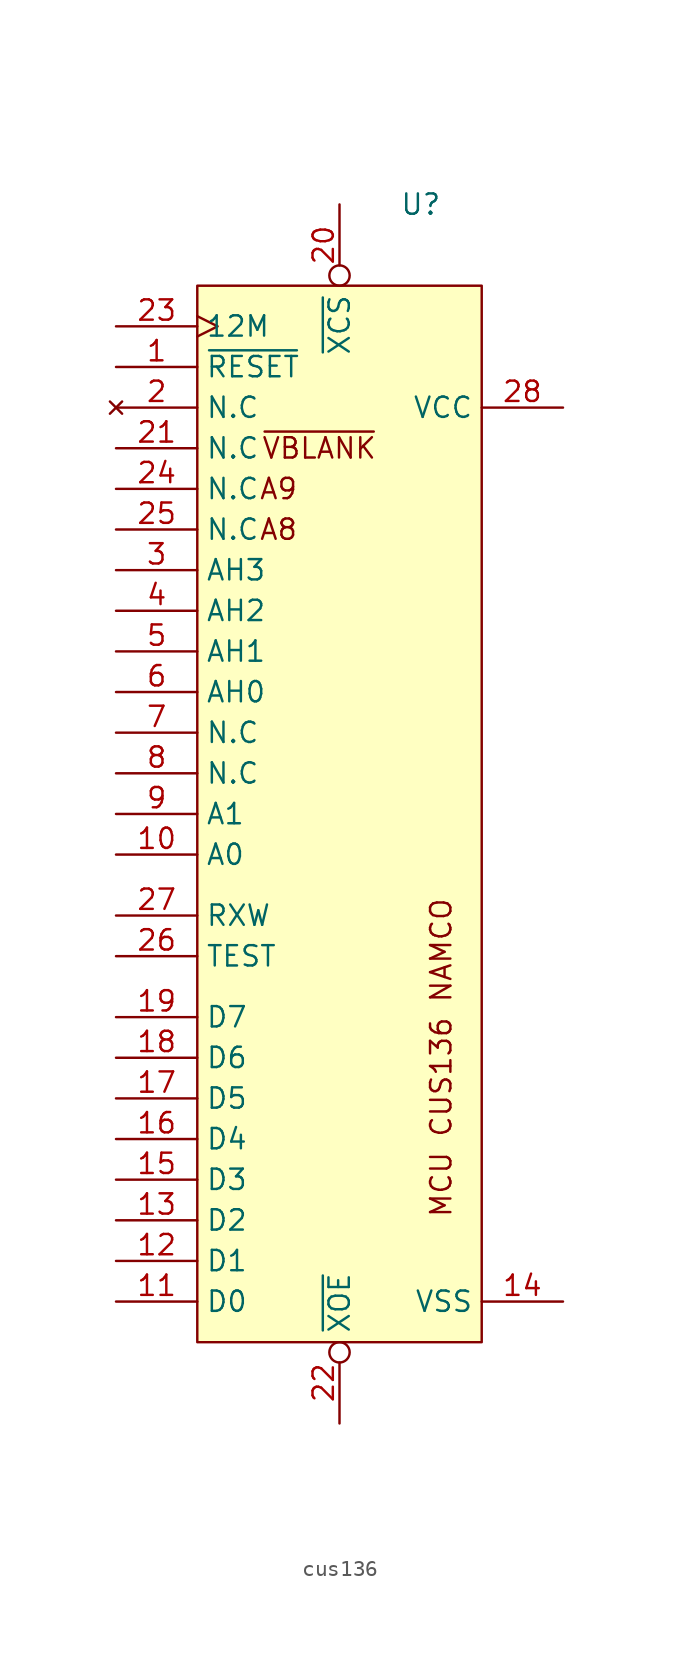
<source format=kicad_sym>
(kicad_symbol_lib
  (version 20220914)
  (generator kicad_symbol_editor)
  (symbol "cus136"
    (property "Reference" "U"
      (at 5.08 33.02 0)
      (effects (font (size 1.27 1.27))))
    (property "Value" ""
      (at 1.27 22.86 0)
      (effects (font (size 1.27 1.27))))
    (symbol "cus136_1_1"
      (rectangle (start -8.89 27.94) (end 8.89 -38.1) (stroke (width 0) (type default)) (fill (type background)))
      (text "A8" (at -3.81 12.7 0) (effects (font (size 1.27 1.27))))
      (text "A9" (at -3.81 15.24 0) (effects (font (size 1.27 1.27))))
      (text "MCU CUS136 NAMCO" (at 6.35 -20.32 900) (effects (font (size 1.27 1.27))))
      (text "~{VBLANK}" (at -1.27 17.78 0) (effects (font (size 1.27 1.27))))
      (pin input line (at -13.97 22.86 0) (length 5.08) (name "~{RESET}" (effects (font (size 1.27 1.27)))) (number "1" (effects (font (size 1.27 1.27)))))
      (pin bidirectional line (at -13.97 -7.62 0) (length 5.08) (name "A0" (effects (font (size 1.27 1.27)))) (number "10" (effects (font (size 1.27 1.27)))))
      (pin bidirectional line (at -13.97 -35.56 0) (length 5.08) (name "D0" (effects (font (size 1.27 1.27)))) (number "11" (effects (font (size 1.27 1.27)))))
      (pin bidirectional line (at -13.97 -33.02 0) (length 5.08) (name "D1" (effects (font (size 1.27 1.27)))) (number "12" (effects (font (size 1.27 1.27)))))
      (pin bidirectional line (at -13.97 -30.48 0) (length 5.08) (name "D2" (effects (font (size 1.27 1.27)))) (number "13" (effects (font (size 1.27 1.27)))))
      (pin power_in line (at 13.97 -35.56 180) (length 5.08) (name "VSS" (effects (font (size 1.27 1.27)))) (number "14" (effects (font (size 1.27 1.27)))))
      (pin bidirectional line (at -13.97 -27.94 0) (length 5.08) (name "D3" (effects (font (size 1.27 1.27)))) (number "15" (effects (font (size 1.27 1.27)))))
      (pin bidirectional line (at -13.97 -25.4 0) (length 5.08) (name "D4" (effects (font (size 1.27 1.27)))) (number "16" (effects (font (size 1.27 1.27)))))
      (pin bidirectional line (at -13.97 -22.86 0) (length 5.08) (name "D5" (effects (font (size 1.27 1.27)))) (number "17" (effects (font (size 1.27 1.27)))))
      (pin bidirectional line (at -13.97 -20.32 0) (length 5.08) (name "D6" (effects (font (size 1.27 1.27)))) (number "18" (effects (font (size 1.27 1.27)))))
      (pin bidirectional line (at -13.97 -17.78 0) (length 5.08) (name "D7" (effects (font (size 1.27 1.27)))) (number "19" (effects (font (size 1.27 1.27)))))
      (pin no_connect line (at -13.97 20.32 0) (length 5.08) (name "N.C" (effects (font (size 1.27 1.27)))) (number "2" (effects (font (size 1.27 1.27)))))
      (pin input inverted (at 0 33.02 270) (length 5.08) (name "~{XCS}" (effects (font (size 1.27 1.27)))) (number "20" (effects (font (size 1.27 1.27)))))
      (pin bidirectional line (at -13.97 17.78 0) (length 5.08) (name "N.C" (effects (font (size 1.27 1.27)))) (number "21" (effects (font (size 1.27 1.27)))))
      (pin input inverted (at 0 -43.18 90) (length 5.08) (name "~{XOE}" (effects (font (size 1.27 1.27)))) (number "22" (effects (font (size 1.27 1.27)))))
      (pin input clock (at -13.97 25.4 0) (length 5.08) (name "12M" (effects (font (size 1.27 1.27)))) (number "23" (effects (font (size 1.27 1.27)))))
      (pin bidirectional line (at -13.97 15.24 0) (length 5.08) (name "N.C" (effects (font (size 1.27 1.27)))) (number "24" (effects (font (size 1.27 1.27)))))
      (pin bidirectional line (at -13.97 12.7 0) (length 5.08) (name "N.C" (effects (font (size 1.27 1.27)))) (number "25" (effects (font (size 1.27 1.27)))))
      (pin passive line (at -13.97 -13.97 0) (length 5.08) (name "TEST" (effects (font (size 1.27 1.27)))) (number "26" (effects (font (size 1.27 1.27)))))
      (pin output line (at -13.97 -11.43 0) (length 5.08) (name "RXW" (effects (font (size 1.27 1.27)))) (number "27" (effects (font (size 1.27 1.27)))))
      (pin power_in line (at 13.97 20.32 180) (length 5.08) (name "VCC" (effects (font (size 1.27 1.27)))) (number "28" (effects (font (size 1.27 1.27)))))
      (pin bidirectional line (at -13.97 10.16 0) (length 5.08) (name "AH3" (effects (font (size 1.27 1.27)))) (number "3" (effects (font (size 1.27 1.27)))))
      (pin bidirectional line (at -13.97 7.62 0) (length 5.08) (name "AH2" (effects (font (size 1.27 1.27)))) (number "4" (effects (font (size 1.27 1.27)))))
      (pin bidirectional line (at -13.97 5.08 0) (length 5.08) (name "AH1" (effects (font (size 1.27 1.27)))) (number "5" (effects (font (size 1.27 1.27)))))
      (pin bidirectional line (at -13.97 2.54 0) (length 5.08) (name "AH0" (effects (font (size 1.27 1.27)))) (number "6" (effects (font (size 1.27 1.27)))))
      (pin bidirectional line (at -13.97 0 0) (length 5.08) (name "N.C" (effects (font (size 1.27 1.27)))) (number "7" (effects (font (size 1.27 1.27)))))
      (pin bidirectional line (at -13.97 -2.54 0) (length 5.08) (name "N.C" (effects (font (size 1.27 1.27)))) (number "8" (effects (font (size 1.27 1.27)))))
      (pin bidirectional line (at -13.97 -5.08 0) (length 5.08) (name "A1" (effects (font (size 1.27 1.27)))) (number "9" (effects (font (size 1.27 1.27))))))))
</source>
